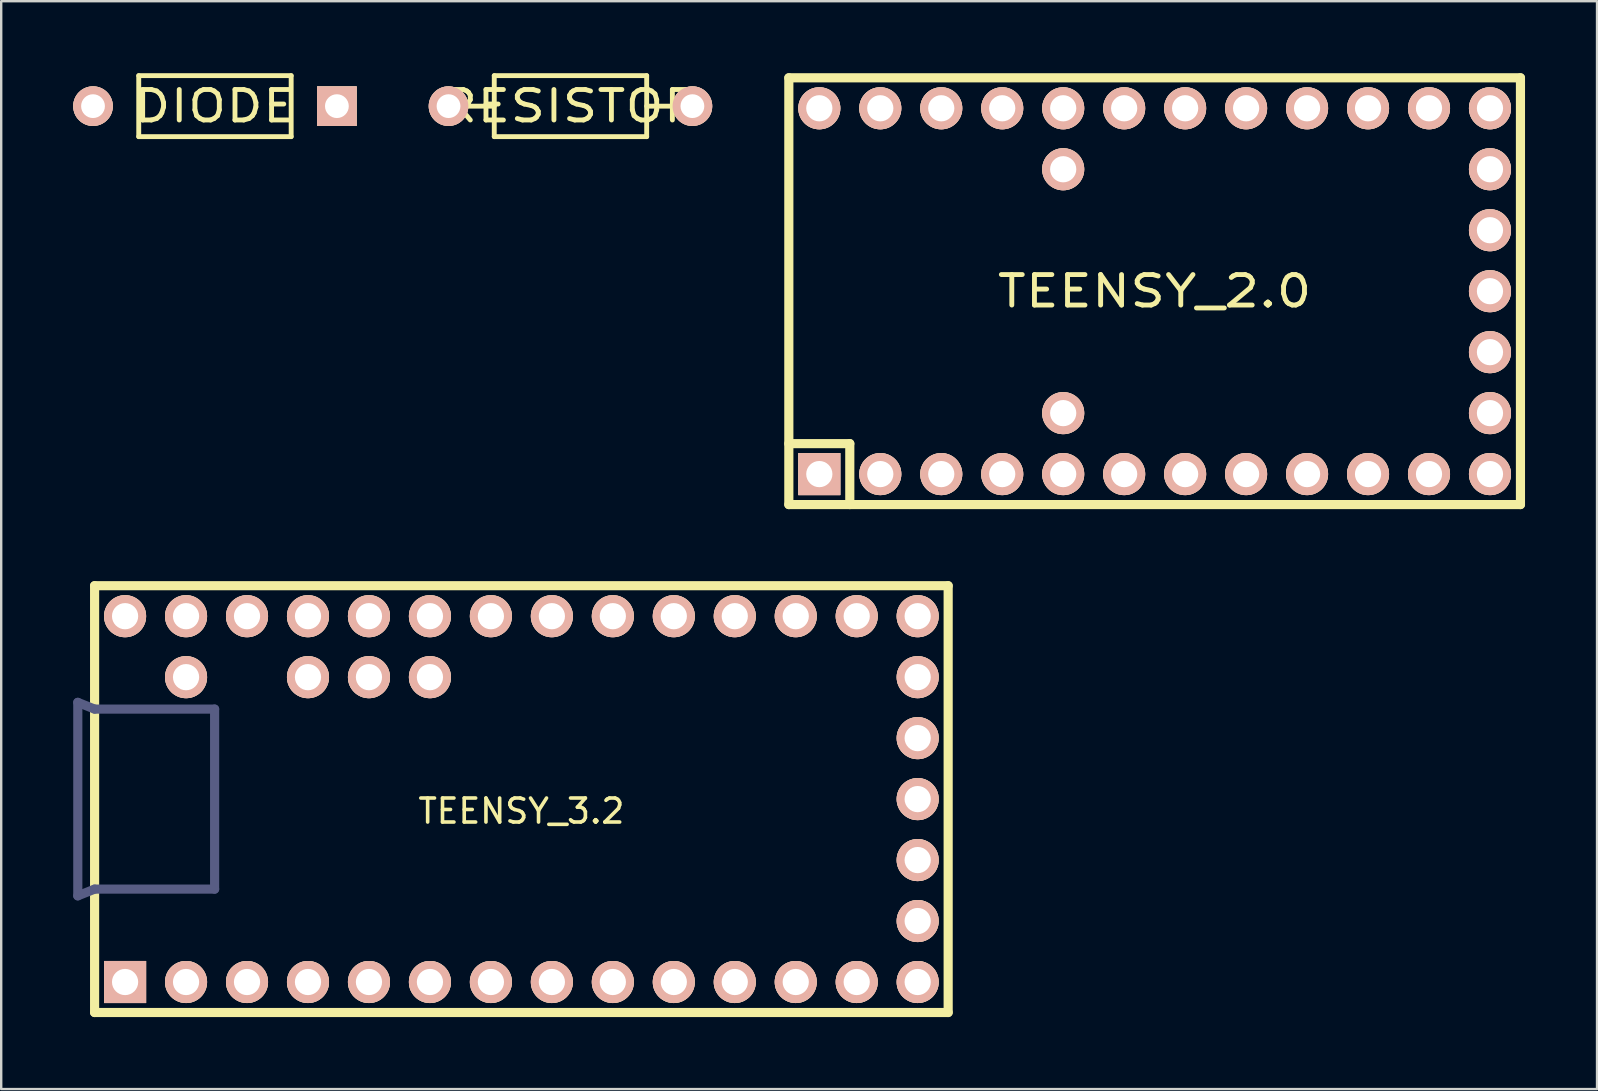
<source format=kicad_pcb>
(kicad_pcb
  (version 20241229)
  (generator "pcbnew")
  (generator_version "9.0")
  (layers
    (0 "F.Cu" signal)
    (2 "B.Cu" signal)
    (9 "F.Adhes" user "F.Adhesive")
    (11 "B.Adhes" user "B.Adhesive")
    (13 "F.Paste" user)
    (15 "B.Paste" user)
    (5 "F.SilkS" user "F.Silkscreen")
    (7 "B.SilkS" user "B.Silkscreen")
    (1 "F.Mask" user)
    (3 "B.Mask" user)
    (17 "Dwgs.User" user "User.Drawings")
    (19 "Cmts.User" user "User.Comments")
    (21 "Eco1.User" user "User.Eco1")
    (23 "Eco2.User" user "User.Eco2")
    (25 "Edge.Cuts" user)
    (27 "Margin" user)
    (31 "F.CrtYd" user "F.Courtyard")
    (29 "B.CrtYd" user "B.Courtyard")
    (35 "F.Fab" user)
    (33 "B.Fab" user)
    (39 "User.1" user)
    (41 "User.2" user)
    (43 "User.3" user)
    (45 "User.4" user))
  (footprint "DIODE"
    (layer "F.Cu")
    (at 5.905 1.372)
    (property "Reference" "DIODE" (at 0 0 0) (layer "F.SilkS") (effects (font (size 1.27 1.524) (thickness 0.203))))
    (attr through_hole)
    (fp_line (start -3.175 -1.27) (end 3.175 -1.27) (stroke (width 0.203) (type solid)) (layer "F.SilkS"))
    (fp_line (start -3.175 1.27) (end -3.175 -1.27) (stroke (width 0.203) (type solid)) (layer "F.SilkS"))
    (fp_line (start 3.175 -1.27) (end 3.175 1.27) (stroke (width 0.203) (type solid)) (layer "F.SilkS"))
    (fp_line (start 3.175 1.27) (end -3.175 1.27) (stroke (width 0.203) (type solid)) (layer "F.SilkS"))
    (pad "1" thru_hole circle (at -5.08 0) (size 1.651 1.651) (drill 0.991) (layers "*.Cu" "*.SilkS" "*.Mask"))
    (pad "2" thru_hole rect (at 5.08 0) (size 1.651 1.651) (drill 0.991) (layers "*.Cu" "*.SilkS" "*.Mask")))
  (footprint "TEENSY_2.0"
    (layer "F.Cu")
    (at 45.053 9.081)
    (property "Reference" "TEENSY_2.0" (at 0 0 0) (layer "F.SilkS") (effects (font (size 1.27 1.524) (thickness 0.203))))
    (attr through_hole)
    (fp_line (start -15.24 -8.89) (end -15.24 8.89) (stroke (width 0.381) (type solid)) (layer "F.SilkS"))
    (fp_line (start -15.24 6.35) (end -12.7 6.35) (stroke (width 0.381) (type solid)) (layer "F.SilkS"))
    (fp_line (start -15.24 8.89) (end 15.24 8.89) (stroke (width 0.381) (type solid)) (layer "F.SilkS"))
    (fp_line (start -12.7 6.35) (end -12.7 8.89) (stroke (width 0.381) (type solid)) (layer "F.SilkS"))
    (fp_line (start 15.24 -8.89) (end -15.24 -8.89) (stroke (width 0.381) (type solid)) (layer "F.SilkS"))
    (fp_line (start 15.24 8.89) (end 15.24 -8.89) (stroke (width 0.381) (type solid)) (layer "F.SilkS"))
    (pad "1" thru_hole rect (at -13.97 7.62) (size 1.753 1.753) (drill 1.092) (layers "*.Cu" "*.SilkS" "*.Mask"))
    (pad "2" thru_hole circle (at -11.43 7.62) (size 1.753 1.753) (drill 1.092) (layers "*.Cu" "*.SilkS" "*.Mask"))
    (pad "3" thru_hole circle (at -8.89 7.62) (size 1.753 1.753) (drill 1.092) (layers "*.Cu" "*.SilkS" "*.Mask"))
    (pad "4" thru_hole circle (at -6.35 7.62) (size 1.753 1.753) (drill 1.092) (layers "*.Cu" "*.SilkS" "*.Mask"))
    (pad "5" thru_hole circle (at -3.81 7.62) (size 1.753 1.753) (drill 1.092) (layers "*.Cu" "*.SilkS" "*.Mask"))
    (pad "6" thru_hole circle (at -1.27 7.62) (size 1.753 1.753) (drill 1.092) (layers "*.Cu" "*.SilkS" "*.Mask"))
    (pad "7" thru_hole circle (at 1.27 7.62) (size 1.753 1.753) (drill 1.092) (layers "*.Cu" "*.SilkS" "*.Mask"))
    (pad "8" thru_hole circle (at 3.81 7.62) (size 1.753 1.753) (drill 1.092) (layers "*.Cu" "*.SilkS" "*.Mask"))
    (pad "9" thru_hole circle (at 6.35 7.62) (size 1.753 1.753) (drill 1.092) (layers "*.Cu" "*.SilkS" "*.Mask"))
    (pad "10" thru_hole circle (at 8.89 7.62) (size 1.753 1.753) (drill 1.092) (layers "*.Cu" "*.SilkS" "*.Mask"))
    (pad "11" thru_hole circle (at 11.43 7.62) (size 1.753 1.753) (drill 1.092) (layers "*.Cu" "*.SilkS" "*.Mask"))
    (pad "12" thru_hole circle (at 13.97 7.62) (size 1.753 1.753) (drill 1.092) (layers "*.Cu" "*.SilkS" "*.Mask"))
    (pad "13" thru_hole circle (at 13.97 5.08 270) (size 1.753 1.753) (drill 1.092) (layers "*.Cu" "*.SilkS" "*.Mask"))
    (pad "14" thru_hole circle (at 13.97 2.54 270) (size 1.753 1.753) (drill 1.092) (layers "*.Cu" "*.SilkS" "*.Mask"))
    (pad "15" thru_hole circle (at 13.97 0 270) (size 1.753 1.753) (drill 1.092) (layers "*.Cu" "*.SilkS" "*.Mask"))
    (pad "16" thru_hole circle (at 13.97 -2.54 270) (size 1.753 1.753) (drill 1.092) (layers "*.Cu" "*.SilkS" "*.Mask"))
    (pad "17" thru_hole circle (at 13.97 -5.08 270) (size 1.753 1.753) (drill 1.092) (layers "*.Cu" "*.SilkS" "*.Mask"))
    (pad "18" thru_hole circle (at 13.97 -7.62) (size 1.753 1.753) (drill 1.092) (layers "*.Cu" "*.SilkS" "*.Mask"))
    (pad "19" thru_hole circle (at 11.43 -7.62) (size 1.753 1.753) (drill 1.092) (layers "*.Cu" "*.SilkS" "*.Mask"))
    (pad "20" thru_hole circle (at 8.89 -7.62) (size 1.753 1.753) (drill 1.092) (layers "*.Cu" "*.SilkS" "*.Mask"))
    (pad "21" thru_hole circle (at 6.35 -7.62) (size 1.753 1.753) (drill 1.092) (layers "*.Cu" "*.SilkS" "*.Mask"))
    (pad "22" thru_hole circle (at 3.81 -7.62) (size 1.753 1.753) (drill 1.092) (layers "*.Cu" "*.SilkS" "*.Mask"))
    (pad "23" thru_hole circle (at 1.27 -7.62) (size 1.753 1.753) (drill 1.092) (layers "*.Cu" "*.SilkS" "*.Mask"))
    (pad "24" thru_hole circle (at -1.27 -7.62) (size 1.753 1.753) (drill 1.092) (layers "*.Cu" "*.SilkS" "*.Mask"))
    (pad "25" thru_hole circle (at -3.81 -7.62) (size 1.753 1.753) (drill 1.092) (layers "*.Cu" "*.SilkS" "*.Mask"))
    (pad "26" thru_hole circle (at -6.35 -7.62) (size 1.753 1.753) (drill 1.092) (layers "*.Cu" "*.SilkS" "*.Mask"))
    (pad "27" thru_hole circle (at -8.89 -7.62) (size 1.753 1.753) (drill 1.092) (layers "*.Cu" "*.SilkS" "*.Mask"))
    (pad "28" thru_hole circle (at -11.43 -7.62) (size 1.753 1.753) (drill 1.092) (layers "*.Cu" "*.SilkS" "*.Mask"))
    (pad "29" thru_hole circle (at -13.97 -7.62) (size 1.753 1.753) (drill 1.092) (layers "*.Cu" "*.SilkS" "*.Mask"))
    (pad "30" thru_hole circle (at -3.81 -5.08 270) (size 1.753 1.753) (drill 1.092) (layers "*.Cu" "*.SilkS" "*.Mask"))
    (pad "31" thru_hole circle (at -3.81 5.08 270) (size 1.753 1.753) (drill 1.092) (layers "*.Cu" "*.SilkS" "*.Mask")))
  (footprint "RESISTOR"
    (layer "F.Cu")
    (at 20.716 1.372)
    (property "Reference" "RESISTOR" (at 0 0 0) (layer "F.SilkS") (effects (font (size 1.27 1.524) (thickness 0.203))))
    (attr through_hole)
    (fp_line (start -5.08 0) (end -3.175 0) (stroke (width 0.203) (type solid)) (layer "F.SilkS"))
    (fp_line (start -3.175 -1.27) (end 3.175 -1.27) (stroke (width 0.203) (type solid)) (layer "F.SilkS"))
    (fp_line (start -3.175 1.27) (end -3.175 -1.27) (stroke (width 0.203) (type solid)) (layer "F.SilkS"))
    (fp_line (start 3.175 -1.27) (end 3.175 1.27) (stroke (width 0.203) (type solid)) (layer "F.SilkS"))
    (fp_line (start 3.175 1.27) (end -3.175 1.27) (stroke (width 0.203) (type solid)) (layer "F.SilkS"))
    (fp_line (start 5.08 0) (end 3.175 0) (stroke (width 0.203) (type solid)) (layer "F.SilkS"))
    (pad "1" thru_hole circle (at -5.08 0) (size 1.651 1.651) (drill 0.991) (layers "*.Cu" "*.SilkS" "*.Mask"))
    (pad "2" thru_hole circle (at 5.08 0) (size 1.651 1.651) (drill 0.991) (layers "*.Cu" "*.SilkS" "*.Mask")))
  (footprint "TEENSY_3.2"
    (layer "F.Cu")
    (at 18.671 30.241)
    (property "Reference" "TEENSY_3.2" (at 0 0.5 0) (layer "F.SilkS") (effects (font (size 1 1) (thickness 0.15))))
    (attr through_hole)
    (fp_line (start -17.78 -8.89) (end -17.78 8.89) (stroke (width 0.381) (type solid)) (layer "F.SilkS"))
    (fp_line (start -17.78 8.89) (end 17.78 8.89) (stroke (width 0.381) (type solid)) (layer "F.SilkS"))
    (fp_line (start 17.78 -8.89) (end -17.78 -8.89) (stroke (width 0.381) (type solid)) (layer "F.SilkS"))
    (fp_line (start 17.78 8.89) (end 17.78 -8.89) (stroke (width 0.381) (type solid)) (layer "F.SilkS"))
    (fp_line (start -18.48 -4.03) (end -18.48 4.03) (stroke (width 0.381) (type solid)) (layer "B.Fab"))
    (fp_line (start -18.48 -4.03) (end -17.78 -3.75) (stroke (width 0.381) (type solid)) (layer "B.Fab"))
    (fp_line (start -18.48 4.03) (end -17.78 3.75) (stroke (width 0.381) (type solid)) (layer "B.Fab"))
    (fp_line (start -17.78 -3.75) (end -12.78 -3.75) (stroke (width 0.381) (type solid)) (layer "B.Fab"))
    (fp_line (start -17.78 3.75) (end -12.78 3.75) (stroke (width 0.381) (type solid)) (layer "B.Fab"))
    (fp_line (start -12.78 -3.75) (end -12.78 3.75) (stroke (width 0.381) (type solid)) (layer "B.Fab"))
    (pad "0" thru_hole circle (at -13.97 7.62) (size 1.753 1.753) (drill 1.092) (layers "*.Cu" "*.SilkS" "*.Mask"))
    (pad "1" thru_hole circle (at -11.43 7.62) (size 1.753 1.753) (drill 1.092) (layers "*.Cu" "*.SilkS" "*.Mask"))
    (pad "2" thru_hole circle (at -8.89 7.62) (size 1.753 1.753) (drill 1.092) (layers "*.Cu" "*.SilkS" "*.Mask"))
    (pad "3" thru_hole circle (at -6.35 7.62) (size 1.753 1.753) (drill 1.092) (layers "*.Cu" "*.SilkS" "*.Mask"))
    (pad "3.3V" thru_hole circle (at -11.43 -7.62) (size 1.753 1.753) (drill 1.092) (layers "*.Cu" "*.SilkS" "*.Mask"))
    (pad "3.3V" thru_hole circle (at 16.51 2.54) (size 1.753 1.753) (drill 1.092) (layers "*.Cu" "*.SilkS" "*.Mask"))
    (pad "4" thru_hole circle (at -3.81 7.62) (size 1.753 1.753) (drill 1.092) (layers "*.Cu" "*.SilkS" "*.Mask"))
    (pad "5" thru_hole circle (at -1.27 7.62) (size 1.753 1.753) (drill 1.092) (layers "*.Cu" "*.SilkS" "*.Mask"))
    (pad "6" thru_hole circle (at 1.27 7.62) (size 1.753 1.753) (drill 1.092) (layers "*.Cu" "*.SilkS" "*.Mask"))
    (pad "7" thru_hole circle (at 3.81 7.62) (size 1.753 1.753) (drill 1.092) (layers "*.Cu" "*.SilkS" "*.Mask"))
    (pad "8" thru_hole circle (at 6.35 7.62) (size 1.753 1.753) (drill 1.092) (layers "*.Cu" "*.SilkS" "*.Mask"))
    (pad "9" thru_hole circle (at 8.89 7.62) (size 1.753 1.753) (drill 1.092) (layers "*.Cu" "*.SilkS" "*.Mask"))
    (pad "10" thru_hole circle (at 11.43 7.62) (size 1.753 1.753) (drill 1.092) (layers "*.Cu" "*.SilkS" "*.Mask"))
    (pad "11" thru_hole circle (at 13.97 7.62) (size 1.753 1.753) (drill 1.092) (layers "*.Cu" "*.SilkS" "*.Mask"))
    (pad "12" thru_hole circle (at 16.51 7.62) (size 1.753 1.753) (drill 1.092) (layers "*.Cu" "*.SilkS" "*.Mask"))
    (pad "13" thru_hole circle (at 16.51 -7.62) (size 1.753 1.753) (drill 1.092) (layers "*.Cu" "*.SilkS" "*.Mask"))
    (pad "A0" thru_hole circle (at 13.97 -7.62) (size 1.753 1.753) (drill 1.092) (layers "*.Cu" "*.SilkS" "*.Mask"))
    (pad "A1" thru_hole circle (at 11.43 -7.62) (size 1.753 1.753) (drill 1.092) (layers "*.Cu" "*.SilkS" "*.Mask"))
    (pad "A2" thru_hole circle (at 8.89 -7.62) (size 1.753 1.753) (drill 1.092) (layers "*.Cu" "*.SilkS" "*.Mask"))
    (pad "A3" thru_hole circle (at 6.35 -7.62) (size 1.753 1.753) (drill 1.092) (layers "*.Cu" "*.SilkS" "*.Mask"))
    (pad "A4" thru_hole circle (at 3.81 -7.62) (size 1.753 1.753) (drill 1.092) (layers "*.Cu" "*.SilkS" "*.Mask"))
    (pad "A5" thru_hole circle (at 1.27 -7.62) (size 1.753 1.753) (drill 1.092) (layers "*.Cu" "*.SilkS" "*.Mask"))
    (pad "A6" thru_hole circle (at -1.27 -7.62) (size 1.753 1.753) (drill 1.092) (layers "*.Cu" "*.SilkS" "*.Mask"))
    (pad "A7" thru_hole circle (at -3.81 -7.62) (size 1.753 1.753) (drill 1.092) (layers "*.Cu" "*.SilkS" "*.Mask"))
    (pad "A8" thru_hole circle (at -6.35 -7.62) (size 1.753 1.753) (drill 1.092) (layers "*.Cu" "*.SilkS" "*.Mask"))
    (pad "A9" thru_hole circle (at -8.89 -7.62) (size 1.753 1.753) (drill 1.092) (layers "*.Cu" "*.SilkS" "*.Mask"))
    (pad "A10" thru_hole circle (at -6.35 -5.08) (size 1.753 1.753) (drill 1.092) (layers "*.Cu" "*.SilkS" "*.Mask"))
    (pad "A11" thru_hole circle (at -3.81 -5.08) (size 1.753 1.753) (drill 1.092) (layers "*.Cu" "*.SilkS" "*.Mask"))
    (pad "A14" thru_hole circle (at 16.51 -5.08) (size 1.753 1.753) (drill 1.092) (layers "*.Cu" "*.SilkS" "*.Mask"))
    (pad "AGND" thru_hole circle (at -13.97 -7.62) (size 1.753 1.753) (drill 1.092) (layers "*.Cu" "*.SilkS" "*.Mask"))
    (pad "AREF" thru_hole circle (at -8.89 -5.08) (size 1.753 1.753) (drill 1.092) (layers "*.Cu" "*.SilkS" "*.Mask"))
    (pad "GND" thru_hole rect (at -16.51 7.62) (size 1.753 1.753) (drill 1.092) (layers "*.Cu" "*.SilkS" "*.Mask"))
    (pad "GND" thru_hole circle (at 16.51 0) (size 1.753 1.753) (drill 1.092) (layers "*.Cu" "*.SilkS" "*.Mask"))
    (pad "PRG" thru_hole circle (at 16.51 -2.54) (size 1.753 1.753) (drill 1.092) (layers "*.Cu" "*.SilkS" "*.Mask"))
    (pad "VBat" thru_hole circle (at 16.51 5.08) (size 1.753 1.753) (drill 1.092) (layers "*.Cu" "*.SilkS" "*.Mask"))
    (pad "VUSB" thru_hole circle (at -13.97 -5.08) (size 1.753 1.753) (drill 1.092) (layers "*.Cu" "*.SilkS" "*.Mask"))
    (pad "Vin" thru_hole circle (at -16.51 -7.62) (size 1.753 1.753) (drill 1.092) (layers "*.Cu" "*.SilkS" "*.Mask")))
  (gr_rect
    (start -3 -3)
    (end 63.483 42.322)
    (stroke (width 0.1) (type default))
    (fill no)
    (layer "Edge.Cuts")))
</source>
